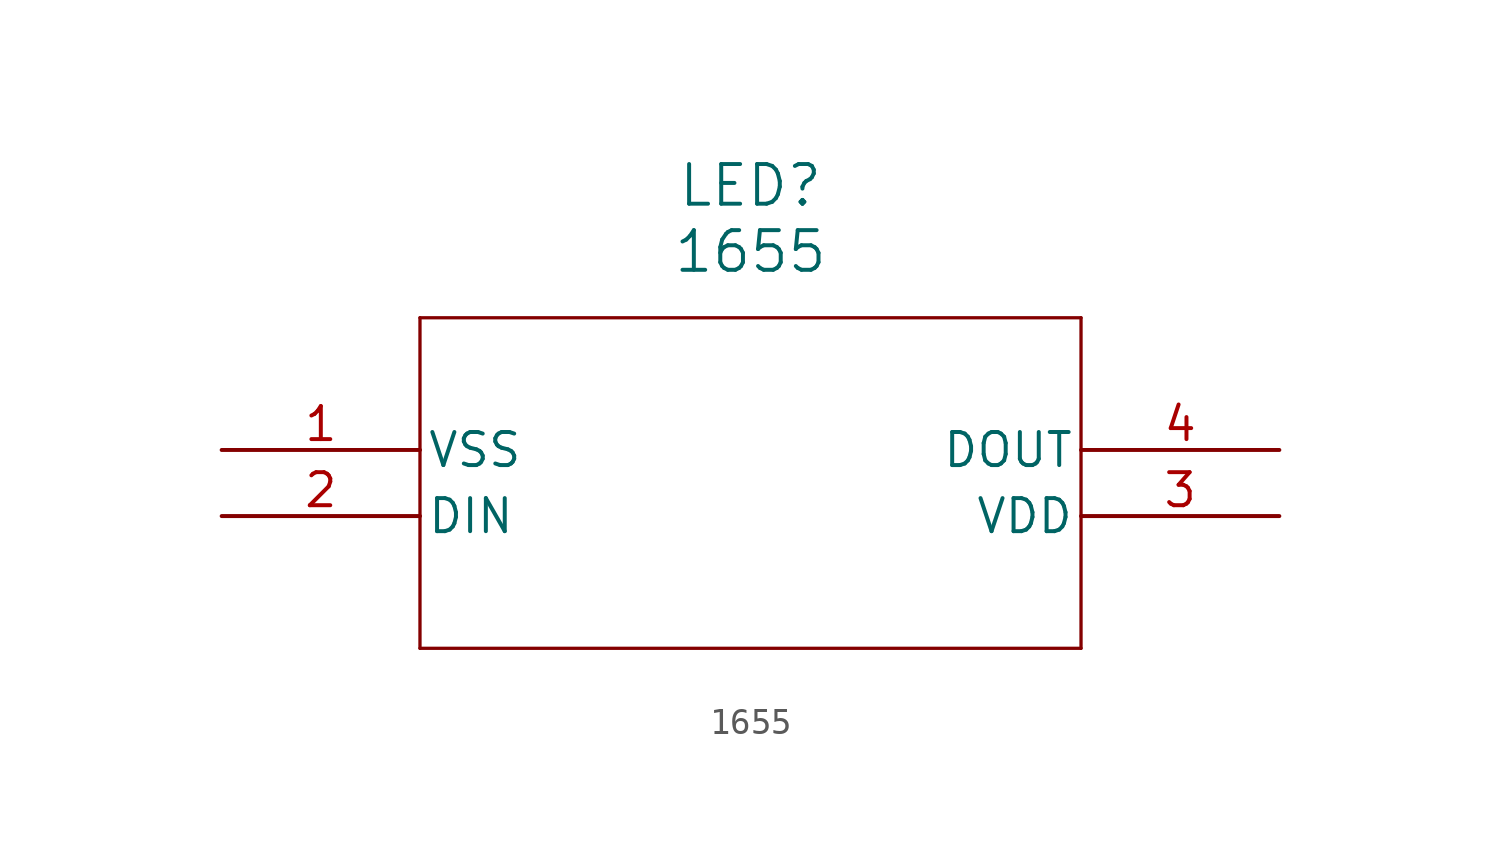
<source format=kicad_sym>
(kicad_symbol_lib
  (version 20220914)
  (generator kicad_symbol_editor)
  (symbol "1655"
    (pin_names
      (offset 0.254))
    (property "Reference" "LED"
      (at 20.32 10.16 0)
      (effects (font (size 1.524 1.524))))
    (property "Value" "1655"
      (at 20.32 7.62 0)
      (effects (font (size 1.524 1.524))))
    (property "ki_locked" ""
      (at 0 0 0)
      (effects (font (size 1.27 1.27))))
    (symbol "1655_0_1"
      (polyline (pts (xy 7.62 -7.62) (xy 33.02 -7.62)) (stroke (width 0.127) (type default)) (fill (type none)))
      (polyline (pts (xy 7.62 5.08) (xy 7.62 -7.62)) (stroke (width 0.127) (type default)) (fill (type none)))
      (polyline (pts (xy 33.02 -7.62) (xy 33.02 5.08)) (stroke (width 0.127) (type default)) (fill (type none)))
      (polyline (pts (xy 33.02 5.08) (xy 7.62 5.08)) (stroke (width 0.127) (type default)) (fill (type none))))
    (symbol "1655_1_1"
      (pin power_out line (at 0 0 0) (length 7.62) (name "VSS" (effects (font (size 1.27 1.27)))) (number "1" (effects (font (size 1.27 1.27)))))
      (pin input line (at 0 -2.54 0) (length 7.62) (name "DIN" (effects (font (size 1.27 1.27)))) (number "2" (effects (font (size 1.27 1.27)))))
      (pin power_in line (at 40.64 -2.54 180) (length 7.62) (name "VDD" (effects (font (size 1.27 1.27)))) (number "3" (effects (font (size 1.27 1.27)))))
      (pin output line (at 40.64 0 180) (length 7.62) (name "DOUT" (effects (font (size 1.27 1.27)))) (number "4" (effects (font (size 1.27 1.27))))))))
</source>
